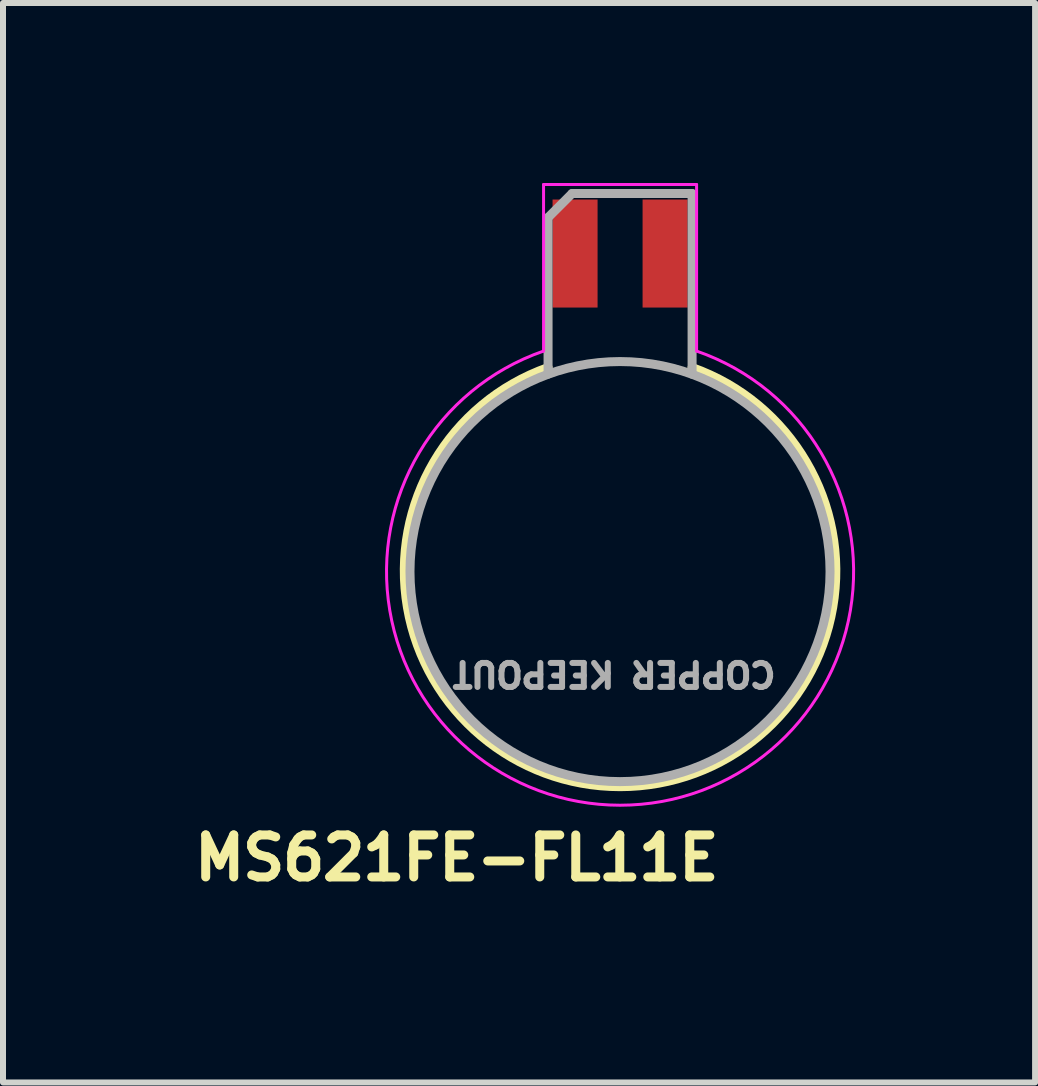
<source format=kicad_pcb>
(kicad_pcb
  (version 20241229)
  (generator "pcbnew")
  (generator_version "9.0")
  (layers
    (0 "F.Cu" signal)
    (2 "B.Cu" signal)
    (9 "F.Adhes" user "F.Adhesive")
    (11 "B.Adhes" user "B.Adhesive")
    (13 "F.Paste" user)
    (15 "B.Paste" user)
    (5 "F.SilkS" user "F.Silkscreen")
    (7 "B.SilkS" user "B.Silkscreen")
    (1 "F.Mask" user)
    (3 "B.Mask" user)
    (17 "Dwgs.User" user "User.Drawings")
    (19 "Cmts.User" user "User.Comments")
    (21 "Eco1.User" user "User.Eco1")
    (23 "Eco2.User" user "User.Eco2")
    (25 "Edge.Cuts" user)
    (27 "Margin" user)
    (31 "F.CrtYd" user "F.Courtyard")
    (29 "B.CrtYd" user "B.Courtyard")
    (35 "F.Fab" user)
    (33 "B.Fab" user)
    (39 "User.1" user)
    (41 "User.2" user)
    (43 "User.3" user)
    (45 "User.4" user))
  (footprint "MS621FE-FL11E"
    (layer "F.Cu")
    (at 7.283 5.225)
    (property "Reference" "MS621FE-FL11E" (at 1.727 5.613 0) (layer "F.SilkS") (effects (font (size 0.7 0.7) (thickness 0.15)) (justify right top)))
    (attr smd)
    (fp_arc (start 1.2 -2.15) (mid 0 4.834) (end -1.2 -2.15) (stroke (width 0.15) (type solid)) (layer "F.SilkS"))
    (fp_line (start -1.275 -5.2) (end 1.275 -5.2) (stroke (width 0.05) (type solid)) (layer "F.CrtYd"))
    (fp_line (start -1.275 -2.425) (end -1.275 -5.2) (stroke (width 0.05) (type solid)) (layer "F.CrtYd"))
    (fp_line (start 1.275 -2.425) (end 1.275 -5.2) (stroke (width 0.05) (type solid)) (layer "F.CrtYd"))
    (fp_arc (start 1.275 -2.425) (mid 0 5.143374) (end -1.275 -2.425) (stroke (width 0.05) (type solid)) (layer "F.CrtYd"))
    (fp_line (start -1.2 -4.65) (end -0.8 -5.05) (stroke (width 0.15) (type solid)) (layer "F.Fab"))
    (fp_line (start -1.2 -2.04) (end -1.2 -4.65) (stroke (width 0.15) (type solid)) (layer "F.Fab"))
    (fp_line (start -0.8 -5.05) (end 1.2 -5.05) (stroke (width 0.15) (type solid)) (layer "F.Fab"))
    (fp_line (start 1.2 -2.04) (end 1.2 -5.05) (stroke (width 0.15) (type solid)) (layer "F.Fab"))
    (fp_circle (center -0.001 1.25) (end -0.001 -2.25) (stroke (width 0.15) (type solid)) (fill no) (layer "F.Fab"))
    (fp_rect (start 3.4 4.65) (end -3.4 -4.65) (stroke (width 0.15) (type solid)) (fill no) (layer "User.5"))
    (fp_line (start -3.4 1.29) (end -3.399 1.136) (stroke (width 0.02) (type solid)) (layer "User.9"))
    (fp_line (start -3.399 1.136) (end -3.391 0.983) (stroke (width 0.02) (type solid)) (layer "User.9"))
    (fp_line (start -3.395 1.443) (end -3.4 1.29) (stroke (width 0.02) (type solid)) (layer "User.9"))
    (fp_line (start -3.391 0.983) (end -3.375 0.832) (stroke (width 0.02) (type solid)) (layer "User.9"))
    (fp_line (start -3.383 1.598) (end -3.395 1.443) (stroke (width 0.02) (type solid)) (layer "User.9"))
    (fp_line (start -3.375 0.832) (end -3.355 0.684) (stroke (width 0.02) (type solid)) (layer "User.9"))
    (fp_line (start -3.363 1.755) (end -3.383 1.598) (stroke (width 0.02) (type solid)) (layer "User.9"))
    (fp_line (start -3.355 0.684) (end -3.326 0.536) (stroke (width 0.02) (type solid)) (layer "User.9"))
    (fp_line (start -3.336 1.91) (end -3.363 1.755) (stroke (width 0.02) (type solid)) (layer "User.9"))
    (fp_line (start -3.326 0.536) (end -3.291 0.39) (stroke (width 0.02) (type solid)) (layer "User.9"))
    (fp_line (start -3.302 2.061) (end -3.336 1.91) (stroke (width 0.02) (type solid)) (layer "User.9"))
    (fp_line (start -3.291 0.39) (end -3.25 0.246) (stroke (width 0.02) (type solid)) (layer "User.9"))
    (fp_line (start -3.262 2.21) (end -3.302 2.061) (stroke (width 0.02) (type solid)) (layer "User.9"))
    (fp_line (start -3.25 0.246) (end -3.202 0.104) (stroke (width 0.02) (type solid)) (layer "User.9"))
    (fp_line (start -3.215 2.357) (end -3.262 2.21) (stroke (width 0.02) (type solid)) (layer "User.9"))
    (fp_line (start -3.202 0.104) (end -3.149 -0.035) (stroke (width 0.02) (type solid)) (layer "User.9"))
    (fp_line (start -3.164 2.499) (end -3.215 2.357) (stroke (width 0.02) (type solid)) (layer "User.9"))
    (fp_line (start -3.149 -0.035) (end -3.09 -0.171) (stroke (width 0.02) (type solid)) (layer "User.9"))
    (fp_line (start -3.105 2.64) (end -3.164 2.499) (stroke (width 0.02) (type solid)) (layer "User.9"))
    (fp_line (start -3.09 -0.171) (end -3.025 -0.303) (stroke (width 0.02) (type solid)) (layer "User.9"))
    (fp_line (start -3.04 2.776) (end -3.105 2.64) (stroke (width 0.02) (type solid)) (layer "User.9"))
    (fp_line (start -3.025 -0.303) (end -2.956 -0.434) (stroke (width 0.02) (type solid)) (layer "User.9"))
    (fp_line (start -2.968 2.909) (end -3.04 2.776) (stroke (width 0.02) (type solid)) (layer "User.9"))
    (fp_line (start -2.956 -0.434) (end -2.879 -0.562) (stroke (width 0.02) (type solid)) (layer "User.9"))
    (fp_line (start -2.892 3.038) (end -2.968 2.909) (stroke (width 0.02) (type solid)) (layer "User.9"))
    (fp_line (start -2.879 -0.562) (end -2.798 -0.686) (stroke (width 0.02) (type solid)) (layer "User.9"))
    (fp_line (start -2.811 3.164) (end -2.892 3.038) (stroke (width 0.02) (type solid)) (layer "User.9"))
    (fp_line (start -2.798 -0.686) (end -2.71 -0.806) (stroke (width 0.02) (type solid)) (layer "User.9"))
    (fp_line (start -2.725 3.285) (end -2.811 3.164) (stroke (width 0.02) (type solid)) (layer "User.9"))
    (fp_line (start -2.71 -0.806) (end -2.618 -0.922) (stroke (width 0.02) (type solid)) (layer "User.9"))
    (fp_line (start -2.633 3.402) (end -2.725 3.285) (stroke (width 0.02) (type solid)) (layer "User.9"))
    (fp_line (start -2.618 -0.922) (end -2.521 -1.033) (stroke (width 0.02) (type solid)) (layer "User.9"))
    (fp_line (start -2.536 3.515) (end -2.633 3.402) (stroke (width 0.02) (type solid)) (layer "User.9"))
    (fp_line (start -2.521 -1.033) (end -2.419 -1.141) (stroke (width 0.02) (type solid)) (layer "User.9"))
    (fp_line (start -2.436 3.623) (end -2.536 3.515) (stroke (width 0.02) (type solid)) (layer "User.9"))
    (fp_line (start -2.419 -1.141) (end -2.311 -1.246) (stroke (width 0.02) (type solid)) (layer "User.9"))
    (fp_line (start -2.33 3.726) (end -2.436 3.623) (stroke (width 0.02) (type solid)) (layer "User.9"))
    (fp_line (start -2.311 -1.246) (end -2.201 -1.345) (stroke (width 0.02) (type solid)) (layer "User.9"))
    (fp_line (start -2.219 3.825) (end -2.33 3.726) (stroke (width 0.02) (type solid)) (layer "User.9"))
    (fp_line (start -2.201 -1.345) (end -2.084 -1.44) (stroke (width 0.02) (type solid)) (layer "User.9"))
    (fp_line (start -2.105 3.919) (end -2.219 3.825) (stroke (width 0.02) (type solid)) (layer "User.9"))
    (fp_line (start -2.084 -1.44) (end -1.962 -1.528) (stroke (width 0.02) (type solid)) (layer "User.9"))
    (fp_line (start -1.986 4.009) (end -2.105 3.919) (stroke (width 0.02) (type solid)) (layer "User.9"))
    (fp_line (start -1.962 -1.528) (end -1.837 -1.613) (stroke (width 0.02) (type solid)) (layer "User.9"))
    (fp_line (start -1.865 4.094) (end -1.986 4.009) (stroke (width 0.02) (type solid)) (layer "User.9"))
    (fp_line (start -1.837 -1.613) (end -1.708 -1.692) (stroke (width 0.02) (type solid)) (layer "User.9"))
    (fp_line (start -1.738 4.171) (end -1.865 4.094) (stroke (width 0.02) (type solid)) (layer "User.9"))
    (fp_line (start -1.708 -1.692) (end -1.575 -1.766) (stroke (width 0.02) (type solid)) (layer "User.9"))
    (fp_line (start -1.609 4.246) (end -1.738 4.171) (stroke (width 0.02) (type solid)) (layer "User.9"))
    (fp_line (start -1.575 -1.766) (end -1.436 -1.833) (stroke (width 0.02) (type solid)) (layer "User.9"))
    (fp_line (start -1.476 4.312) (end -1.609 4.246) (stroke (width 0.02) (type solid)) (layer "User.9"))
    (fp_line (start -1.436 -1.833) (end -1.295 -1.895) (stroke (width 0.02) (type solid)) (layer "User.9"))
    (fp_line (start -1.339 4.374) (end -1.476 4.312) (stroke (width 0.02) (type solid)) (layer "User.9"))
    (fp_line (start -1.295 -1.895) (end -1.149 -1.952) (stroke (width 0.02) (type solid)) (layer "User.9"))
    (fp_line (start -1.2 4.43) (end -1.339 4.374) (stroke (width 0.02) (type solid)) (layer "User.9"))
    (fp_line (start -1.149 -1.952) (end -1.002 -2) (stroke (width 0.02) (type solid)) (layer "User.9"))
    (fp_line (start -1.059 4.48) (end -1.2 4.43) (stroke (width 0.02) (type solid)) (layer "User.9"))
    (fp_line (start -1.002 -4.651) (end -0.501 -4.651) (stroke (width 0.02) (type solid)) (layer "User.9"))
    (fp_line (start -1.002 -2.552) (end -1.002 -4.651) (stroke (width 0.02) (type solid)) (layer "User.9"))
    (fp_line (start -1.002 -2.552) (end 0.998 -2.552) (stroke (width 0.02) (type solid)) (layer "User.9"))
    (fp_line (start -1.002 -2.456) (end -1.002 -2.552) (stroke (width 0.02) (type solid)) (layer "User.9"))
    (fp_line (start -1.002 -2.226) (end -1.002 -2.456) (stroke (width 0.02) (type solid)) (layer "User.9"))
    (fp_line (start -1.002 2.249) (end -1.002 -2.226) (stroke (width 0.02) (type solid)) (layer "User.9"))
    (fp_line (start -0.915 4.525) (end -1.059 4.48) (stroke (width 0.02) (type solid)) (layer "User.9"))
    (fp_line (start -0.767 4.562) (end -0.915 4.525) (stroke (width 0.02) (type solid)) (layer "User.9"))
    (fp_line (start -0.618 4.592) (end -0.767 4.562) (stroke (width 0.02) (type solid)) (layer "User.9"))
    (fp_line (start -0.501 -4.651) (end -0.501 -2.552) (stroke (width 0.02) (type solid)) (layer "User.9"))
    (fp_line (start -0.501 -2.552) (end -1.002 -2.552) (stroke (width 0.02) (type solid)) (layer "User.9"))
    (fp_line (start -0.467 4.618) (end -0.618 4.592) (stroke (width 0.02) (type solid)) (layer "User.9"))
    (fp_line (start -0.313 4.634) (end -0.467 4.618) (stroke (width 0.02) (type solid)) (layer "User.9"))
    (fp_line (start -0.157 4.645) (end -0.313 4.634) (stroke (width 0.02) (type solid)) (layer "User.9"))
    (fp_line (start -0.001 4.648) (end -0.157 4.645) (stroke (width 0.02) (type solid)) (layer "User.9"))
    (fp_line (start 0.174 4.645) (end -0.001 4.648) (stroke (width 0.02) (type solid)) (layer "User.9"))
    (fp_line (start 0.347 4.631) (end 0.174 4.645) (stroke (width 0.02) (type solid)) (layer "User.9"))
    (fp_line (start 0.517 4.61) (end 0.347 4.631) (stroke (width 0.02) (type solid)) (layer "User.9"))
    (fp_line (start 0.685 4.579) (end 0.517 4.61) (stroke (width 0.02) (type solid)) (layer "User.9"))
    (fp_line (start 0.848 4.541) (end 0.685 4.579) (stroke (width 0.02) (type solid)) (layer "User.9"))
    (fp_line (start 0.998 -2.552) (end 0.998 -2.456) (stroke (width 0.02) (type solid)) (layer "User.9"))
    (fp_line (start 0.998 -2.456) (end 0.998 -2.226) (stroke (width 0.02) (type solid)) (layer "User.9"))
    (fp_line (start 0.998 -2.226) (end 0.998 2.249) (stroke (width 0.02) (type solid)) (layer "User.9"))
    (fp_line (start 0.998 -2) (end 1.132 -1.956) (stroke (width 0.02) (type solid)) (layer "User.9"))
    (fp_line (start 0.998 2.249) (end -1.002 2.249) (stroke (width 0.02) (type solid)) (layer "User.9"))
    (fp_line (start 1.011 4.496) (end 0.848 4.541) (stroke (width 0.02) (type solid)) (layer "User.9"))
    (fp_line (start 1.132 -1.956) (end 1.261 -1.909) (stroke (width 0.02) (type solid)) (layer "User.9"))
    (fp_line (start 1.169 4.443) (end 1.011 4.496) (stroke (width 0.02) (type solid)) (layer "User.9"))
    (fp_line (start 1.261 -1.909) (end 1.511 -1.797) (stroke (width 0.02) (type solid)) (layer "User.9"))
    (fp_line (start 1.322 4.381) (end 1.169 4.443) (stroke (width 0.02) (type solid)) (layer "User.9"))
    (fp_line (start 1.473 4.313) (end 1.322 4.381) (stroke (width 0.02) (type solid)) (layer "User.9"))
    (fp_line (start 1.511 -1.797) (end 1.751 -1.666) (stroke (width 0.02) (type solid)) (layer "User.9"))
    (fp_line (start 1.62 4.238) (end 1.473 4.313) (stroke (width 0.02) (type solid)) (layer "User.9"))
    (fp_line (start 1.751 -1.666) (end 1.975 -1.518) (stroke (width 0.02) (type solid)) (layer "User.9"))
    (fp_line (start 1.763 4.156) (end 1.62 4.238) (stroke (width 0.02) (type solid)) (layer "User.9"))
    (fp_line (start 1.9 4.068) (end 1.763 4.156) (stroke (width 0.02) (type solid)) (layer "User.9"))
    (fp_line (start 1.975 -1.518) (end 2.188 -1.353) (stroke (width 0.02) (type solid)) (layer "User.9"))
    (fp_line (start 2.034 3.974) (end 1.9 4.068) (stroke (width 0.02) (type solid)) (layer "User.9"))
    (fp_line (start 2.161 3.873) (end 2.034 3.974) (stroke (width 0.02) (type solid)) (layer "User.9"))
    (fp_line (start 2.188 -1.353) (end 2.386 -1.174) (stroke (width 0.02) (type solid)) (layer "User.9"))
    (fp_line (start 2.285 3.765) (end 2.161 3.873) (stroke (width 0.02) (type solid)) (layer "User.9"))
    (fp_line (start 2.386 -1.174) (end 2.568 -0.978) (stroke (width 0.02) (type solid)) (layer "User.9"))
    (fp_line (start 2.403 3.653) (end 2.285 3.765) (stroke (width 0.02) (type solid)) (layer "User.9"))
    (fp_line (start 2.515 3.535) (end 2.403 3.653) (stroke (width 0.02) (type solid)) (layer "User.9"))
    (fp_line (start 2.568 -0.978) (end 2.733 -0.771) (stroke (width 0.02) (type solid)) (layer "User.9"))
    (fp_line (start 2.623 3.411) (end 2.515 3.535) (stroke (width 0.02) (type solid)) (layer "User.9"))
    (fp_line (start 2.724 3.284) (end 2.623 3.411) (stroke (width 0.02) (type solid)) (layer "User.9"))
    (fp_line (start 2.733 -0.771) (end 2.883 -0.551) (stroke (width 0.02) (type solid)) (layer "User.9"))
    (fp_line (start 2.818 3.149) (end 2.724 3.284) (stroke (width 0.02) (type solid)) (layer "User.9"))
    (fp_line (start 2.883 -0.551) (end 3.015 -0.319) (stroke (width 0.02) (type solid)) (layer "User.9"))
    (fp_line (start 2.906 3.012) (end 2.818 3.149) (stroke (width 0.02) (type solid)) (layer "User.9"))
    (fp_line (start 2.988 2.87) (end 2.906 3.012) (stroke (width 0.02) (type solid)) (layer "User.9"))
    (fp_line (start 3.015 -0.319) (end 3.129 -0.077) (stroke (width 0.02) (type solid)) (layer "User.9"))
    (fp_line (start 3.063 2.724) (end 2.988 2.87) (stroke (width 0.02) (type solid)) (layer "User.9"))
    (fp_line (start 3.129 -0.077) (end 3.225 0.174) (stroke (width 0.02) (type solid)) (layer "User.9"))
    (fp_line (start 3.132 2.572) (end 3.063 2.724) (stroke (width 0.02) (type solid)) (layer "User.9"))
    (fp_line (start 3.192 2.418) (end 3.132 2.572) (stroke (width 0.02) (type solid)) (layer "User.9"))
    (fp_line (start 3.225 0.174) (end 3.3 0.432) (stroke (width 0.02) (type solid)) (layer "User.9"))
    (fp_line (start 3.246 2.261) (end 3.192 2.418) (stroke (width 0.02) (type solid)) (layer "User.9"))
    (fp_line (start 3.292 2.099) (end 3.246 2.261) (stroke (width 0.02) (type solid)) (layer "User.9"))
    (fp_line (start 3.3 0.432) (end 3.354 0.699) (stroke (width 0.02) (type solid)) (layer "User.9"))
    (fp_line (start 3.33 1.935) (end 3.292 2.099) (stroke (width 0.02) (type solid)) (layer "User.9"))
    (fp_line (start 3.354 0.699) (end 3.387 0.971) (stroke (width 0.02) (type solid)) (layer "User.9"))
    (fp_line (start 3.359 1.767) (end 3.33 1.935) (stroke (width 0.02) (type solid)) (layer "User.9"))
    (fp_line (start 3.382 1.596) (end 3.359 1.767) (stroke (width 0.02) (type solid)) (layer "User.9"))
    (fp_line (start 3.387 0.971) (end 3.397 1.11) (stroke (width 0.02) (type solid)) (layer "User.9"))
    (fp_line (start 3.394 1.423) (end 3.382 1.596) (stroke (width 0.02) (type solid)) (layer "User.9"))
    (fp_line (start 3.397 1.11) (end 3.398 1.249) (stroke (width 0.02) (type solid)) (layer "User.9"))
    (fp_line (start 3.398 1.249) (end 3.394 1.423) (stroke (width 0.02) (type solid)) (layer "User.9"))
    (fp_rect (start 0.998 -2.552) (end 0.498 -4.651) (stroke (width 0.02) (type solid)) (fill no) (layer "User.9"))
    (fp_text user "COPPER KEEPOUT" (at 2.642 2.718 180) (unlocked yes) (layer "F.Fab") (effects (font (size 0.4 0.4) (thickness 0.1)) (justify left bottom)))
    (pad "1" smd rect (at -0.75 -4.05 90) (size 1.8 0.75) (layers "F.Cu" "F.Mask" "F.Paste"))
    (pad "2" smd rect (at 0.75 -4.05 90) (size 1.8 0.75) (layers "F.Cu" "F.Mask" "F.Paste"))
    (zone (net_name "") (layers "F.Cu" "F.CrtYd") (hatch edge 0.508) (connect_pads) (min_thickness 0.254) (filled_areas_thickness no) (keepout (tracks allowed) (vias not_allowed) (pads not_allowed) (copperpour not_allowed) (footprints allowed)) (placement (enabled no)) (fill) (polygon (pts (xy 8.426 2.074) (xy 8.426 7.714) (xy 6.106 7.714) (xy 6.106 2.074)))))
  (gr_rect
    (start -3 -3)
    (end 14.199 14.988)
    (stroke (width 0.1) (type default))
    (fill no)
    (layer "Edge.Cuts")))
</source>
